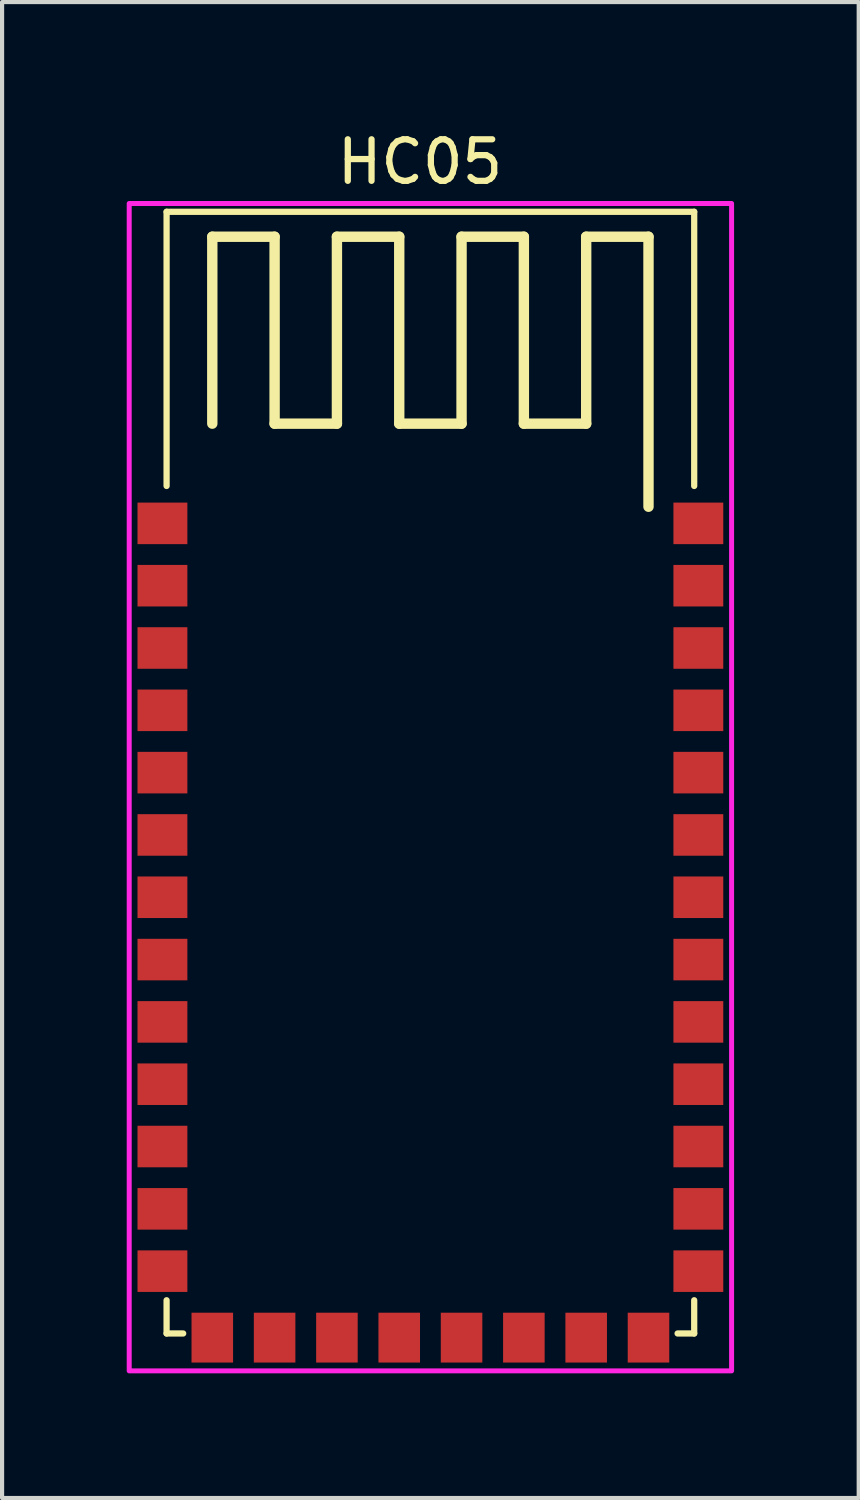
<source format=kicad_pcb>
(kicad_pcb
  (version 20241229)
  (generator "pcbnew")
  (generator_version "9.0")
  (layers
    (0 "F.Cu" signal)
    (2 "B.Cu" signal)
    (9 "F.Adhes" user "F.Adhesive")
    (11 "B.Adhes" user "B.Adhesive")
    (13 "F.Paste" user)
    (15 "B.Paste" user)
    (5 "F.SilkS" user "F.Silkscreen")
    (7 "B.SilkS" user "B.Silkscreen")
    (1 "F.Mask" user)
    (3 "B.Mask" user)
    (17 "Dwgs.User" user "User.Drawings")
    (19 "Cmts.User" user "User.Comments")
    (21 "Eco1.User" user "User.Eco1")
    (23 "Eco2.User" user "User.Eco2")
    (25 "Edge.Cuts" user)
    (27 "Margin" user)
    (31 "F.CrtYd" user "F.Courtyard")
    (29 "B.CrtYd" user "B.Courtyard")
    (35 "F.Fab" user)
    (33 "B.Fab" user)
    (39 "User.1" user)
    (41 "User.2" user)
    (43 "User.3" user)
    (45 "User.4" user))
  (footprint "HC05"
    (layer "F.Cu")
    (at 7.06 15.648)
    (property "Reference" "HC05" (at 0 -14.8 0) (unlocked yes) (layer "F.SilkS") (effects (font (size 1 1) (thickness 0.15))))
    (attr smd)
    (fp_line (start -6.1 -13.6) (end -6.1 -7) (stroke (width 0.15) (type default)) (layer "F.SilkS"))
    (fp_line (start -6.1 -13.6) (end 6.6 -13.6) (stroke (width 0.15) (type default)) (layer "F.SilkS"))
    (fp_line (start -6.1 12.6) (end -6.1 13.4) (stroke (width 0.15) (type default)) (layer "F.SilkS"))
    (fp_line (start -6.1 13.4) (end -5.7 13.4) (stroke (width 0.15) (type default)) (layer "F.SilkS"))
    (fp_line (start -5 -13) (end -5 -8.5) (stroke (width 0.25) (type default)) (layer "F.SilkS"))
    (fp_line (start -3.5 -13) (end -5 -13) (stroke (width 0.25) (type default)) (layer "F.SilkS"))
    (fp_line (start -3.5 -8.5) (end -3.5 -13) (stroke (width 0.25) (type default)) (layer "F.SilkS"))
    (fp_line (start -2 -13) (end -2 -8.5) (stroke (width 0.25) (type default)) (layer "F.SilkS"))
    (fp_line (start -2 -8.5) (end -3.5 -8.5) (stroke (width 0.25) (type default)) (layer "F.SilkS"))
    (fp_line (start -0.5 -13) (end -2 -13) (stroke (width 0.25) (type default)) (layer "F.SilkS"))
    (fp_line (start -0.5 -8.5) (end -0.5 -13) (stroke (width 0.25) (type default)) (layer "F.SilkS"))
    (fp_line (start 1 -13) (end 1 -8.5) (stroke (width 0.25) (type default)) (layer "F.SilkS"))
    (fp_line (start 1 -8.5) (end -0.5 -8.5) (stroke (width 0.25) (type default)) (layer "F.SilkS"))
    (fp_line (start 2.5 -13) (end 1 -13) (stroke (width 0.25) (type default)) (layer "F.SilkS"))
    (fp_line (start 2.5 -8.5) (end 2.5 -13) (stroke (width 0.25) (type default)) (layer "F.SilkS"))
    (fp_line (start 4 -13) (end 4 -8.5) (stroke (width 0.25) (type default)) (layer "F.SilkS"))
    (fp_line (start 4 -8.5) (end 2.5 -8.5) (stroke (width 0.25) (type default)) (layer "F.SilkS"))
    (fp_line (start 5.5 -13) (end 4 -13) (stroke (width 0.25) (type default)) (layer "F.SilkS"))
    (fp_line (start 5.5 -6.5) (end 5.5 -13) (stroke (width 0.25) (type default)) (layer "F.SilkS"))
    (fp_line (start 6.2 13.4) (end 6.6 13.4) (stroke (width 0.15) (type default)) (layer "F.SilkS"))
    (fp_line (start 6.6 -7) (end 6.6 -13.6) (stroke (width 0.15) (type default)) (layer "F.SilkS"))
    (fp_line (start 6.6 13.4) (end 6.6 12.6) (stroke (width 0.15) (type default)) (layer "F.SilkS"))
    (fp_rect (start -7 14.3) (end 7.5 -13.8) (stroke (width 0.12) (type default)) (fill no) (layer "F.CrtYd"))
    (pad "1" smd rect (at -6.2 -6.1) (size 1.2 1) (layers "F.Cu" "F.Mask" "F.Paste"))
    (pad "2" smd rect (at -6.2 -4.6) (size 1.2 1) (layers "F.Cu" "F.Mask" "F.Paste"))
    (pad "3" smd rect (at -6.2 -3.1) (size 1.2 1) (layers "F.Cu" "F.Mask" "F.Paste"))
    (pad "4" smd rect (at -6.2 -1.6) (size 1.2 1) (layers "F.Cu" "F.Mask" "F.Paste"))
    (pad "5" smd rect (at -6.2 -0.1) (size 1.2 1) (layers "F.Cu" "F.Mask" "F.Paste"))
    (pad "6" smd rect (at -6.2 1.4) (size 1.2 1) (layers "F.Cu" "F.Mask" "F.Paste"))
    (pad "7" smd rect (at -6.2 2.9) (size 1.2 1) (layers "F.Cu" "F.Mask" "F.Paste"))
    (pad "8" smd rect (at -6.2 4.4) (size 1.2 1) (layers "F.Cu" "F.Mask" "F.Paste"))
    (pad "9" smd rect (at -6.2 5.9) (size 1.2 1) (layers "F.Cu" "F.Mask" "F.Paste"))
    (pad "10" smd rect (at -6.2 7.4) (size 1.2 1) (layers "F.Cu" "F.Mask" "F.Paste"))
    (pad "11" smd rect (at -6.2 8.9) (size 1.2 1) (layers "F.Cu" "F.Mask" "F.Paste"))
    (pad "12" smd rect (at -6.2 10.4) (size 1.2 1) (layers "F.Cu" "F.Mask" "F.Paste"))
    (pad "13" smd rect (at -6.2 11.9) (size 1.2 1) (layers "F.Cu" "F.Mask" "F.Paste"))
    (pad "14" smd rect (at -5 13.5 90) (size 1.2 1) (layers "F.Cu" "F.Mask" "F.Paste"))
    (pad "15" smd rect (at -3.5 13.5 90) (size 1.2 1) (layers "F.Cu" "F.Mask" "F.Paste"))
    (pad "16" smd rect (at -2 13.5 90) (size 1.2 1) (layers "F.Cu" "F.Mask" "F.Paste"))
    (pad "17" smd rect (at -0.5 13.5 90) (size 1.2 1) (layers "F.Cu" "F.Mask" "F.Paste"))
    (pad "18" smd rect (at 1 13.5 90) (size 1.2 1) (layers "F.Cu" "F.Mask" "F.Paste"))
    (pad "19" smd rect (at 2.5 13.5 90) (size 1.2 1) (layers "F.Cu" "F.Mask" "F.Paste"))
    (pad "20" smd rect (at 4 13.5 90) (size 1.2 1) (layers "F.Cu" "F.Mask" "F.Paste"))
    (pad "21" smd rect (at 5.5 13.5 90) (size 1.2 1) (layers "F.Cu" "F.Mask" "F.Paste"))
    (pad "22" smd rect (at 6.7 11.9) (size 1.2 1) (layers "F.Cu" "F.Mask" "F.Paste"))
    (pad "23" smd rect (at 6.7 10.4) (size 1.2 1) (layers "F.Cu" "F.Mask" "F.Paste"))
    (pad "24" smd rect (at 6.7 8.9) (size 1.2 1) (layers "F.Cu" "F.Mask" "F.Paste"))
    (pad "25" smd rect (at 6.7 7.4) (size 1.2 1) (layers "F.Cu" "F.Mask" "F.Paste"))
    (pad "26" smd rect (at 6.7 5.9) (size 1.2 1) (layers "F.Cu" "F.Mask" "F.Paste"))
    (pad "27" smd rect (at 6.7 4.4) (size 1.2 1) (layers "F.Cu" "F.Mask" "F.Paste"))
    (pad "28" smd rect (at 6.7 2.9) (size 1.2 1) (layers "F.Cu" "F.Mask" "F.Paste"))
    (pad "29" smd rect (at 6.7 1.4) (size 1.2 1) (layers "F.Cu" "F.Mask" "F.Paste"))
    (pad "30" smd rect (at 6.7 -0.1) (size 1.2 1) (layers "F.Cu" "F.Mask" "F.Paste"))
    (pad "31" smd rect (at 6.7 -1.6) (size 1.2 1) (layers "F.Cu" "F.Mask" "F.Paste"))
    (pad "32" smd rect (at 6.7 -3.1) (size 1.2 1) (layers "F.Cu" "F.Mask" "F.Paste"))
    (pad "33" smd rect (at 6.7 -4.6) (size 1.2 1) (layers "F.Cu" "F.Mask" "F.Paste"))
    (pad "34" smd rect (at 6.7 -6.1) (size 1.2 1) (layers "F.Cu" "F.Mask" "F.Paste")))
  (gr_rect
    (start -3 -3)
    (end 17.62 33.008)
    (stroke (width 0.1) (type default))
    (fill no)
    (layer "Edge.Cuts")))
</source>
